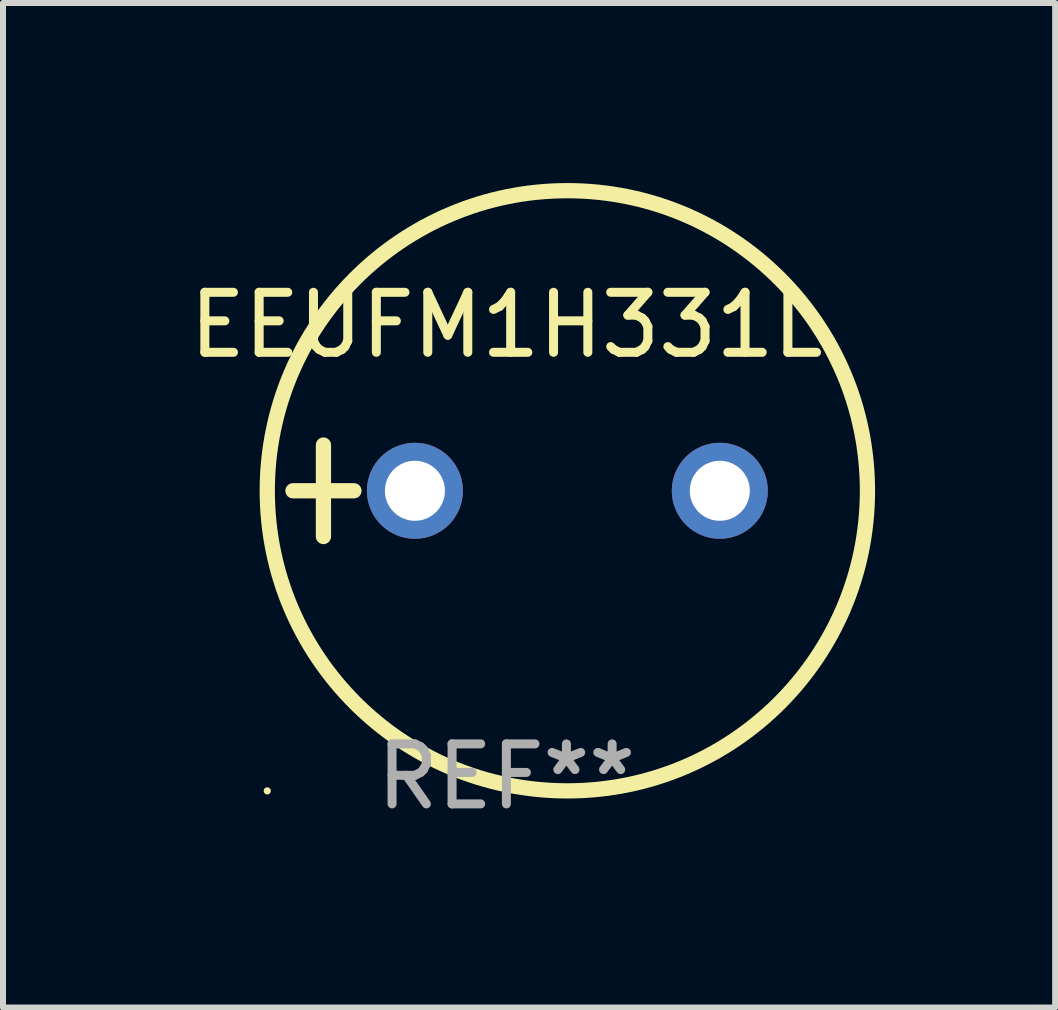
<source format=kicad_pcb>
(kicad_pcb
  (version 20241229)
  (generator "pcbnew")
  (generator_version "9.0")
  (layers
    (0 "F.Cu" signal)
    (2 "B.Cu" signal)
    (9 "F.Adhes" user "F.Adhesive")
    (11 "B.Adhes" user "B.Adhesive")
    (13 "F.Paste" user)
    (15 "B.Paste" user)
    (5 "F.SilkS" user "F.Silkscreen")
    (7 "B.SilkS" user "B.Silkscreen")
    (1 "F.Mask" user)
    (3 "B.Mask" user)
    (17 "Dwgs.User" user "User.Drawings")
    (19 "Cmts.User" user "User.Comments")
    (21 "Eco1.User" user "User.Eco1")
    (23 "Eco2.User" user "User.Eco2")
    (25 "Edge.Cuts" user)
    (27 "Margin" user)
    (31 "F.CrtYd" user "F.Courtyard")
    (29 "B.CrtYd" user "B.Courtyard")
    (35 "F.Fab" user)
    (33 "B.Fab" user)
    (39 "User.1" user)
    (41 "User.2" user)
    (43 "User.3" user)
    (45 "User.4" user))
  (footprint "EEUFM1H331L"
    (layer "F.Cu")
    (at 5.387 5.127)
    (property "Reference" "EEUFM1H331L" (at 0 -2.762 0) (layer "F.SilkS") (effects (font (size 1 1) (thickness 0.15))))
    (attr through_hole)
    (fp_line (start -3.556 0) (end -2.54 0) (stroke (width 0.254) (type solid)) (layer "F.SilkS"))
    (fp_line (start -3.048 -0.762) (end -3.048 0.762) (stroke (width 0.254) (type solid)) (layer "F.SilkS"))
    (fp_circle (center -3.984 5) (end -3.954 5) (stroke (width 0.06) (type solid)) (fill no) (layer "F.SilkS"))
    (fp_circle (center 1.016 0) (end 6.016 0) (stroke (width 0.254) (type solid)) (fill no) (layer "F.SilkS"))
    (fp_text user "REF**" (at 0 4.762 0) (layer "F.Fab") (effects (font (size 1 1) (thickness 0.15))))
    (pad "1" thru_hole circle (at -1.524 0) (size 1.6 1.6) (drill 1) (layers "*.Cu" "*.Mask"))
    (pad "2" thru_hole circle (at 3.556 0) (size 1.6 1.6) (drill 1) (layers "*.Cu" "*.Mask")))
  (gr_rect
    (start -3 -3)
    (end 14.53 13.737)
    (stroke (width 0.1) (type default))
    (fill no)
    (layer "Edge.Cuts")))
</source>
